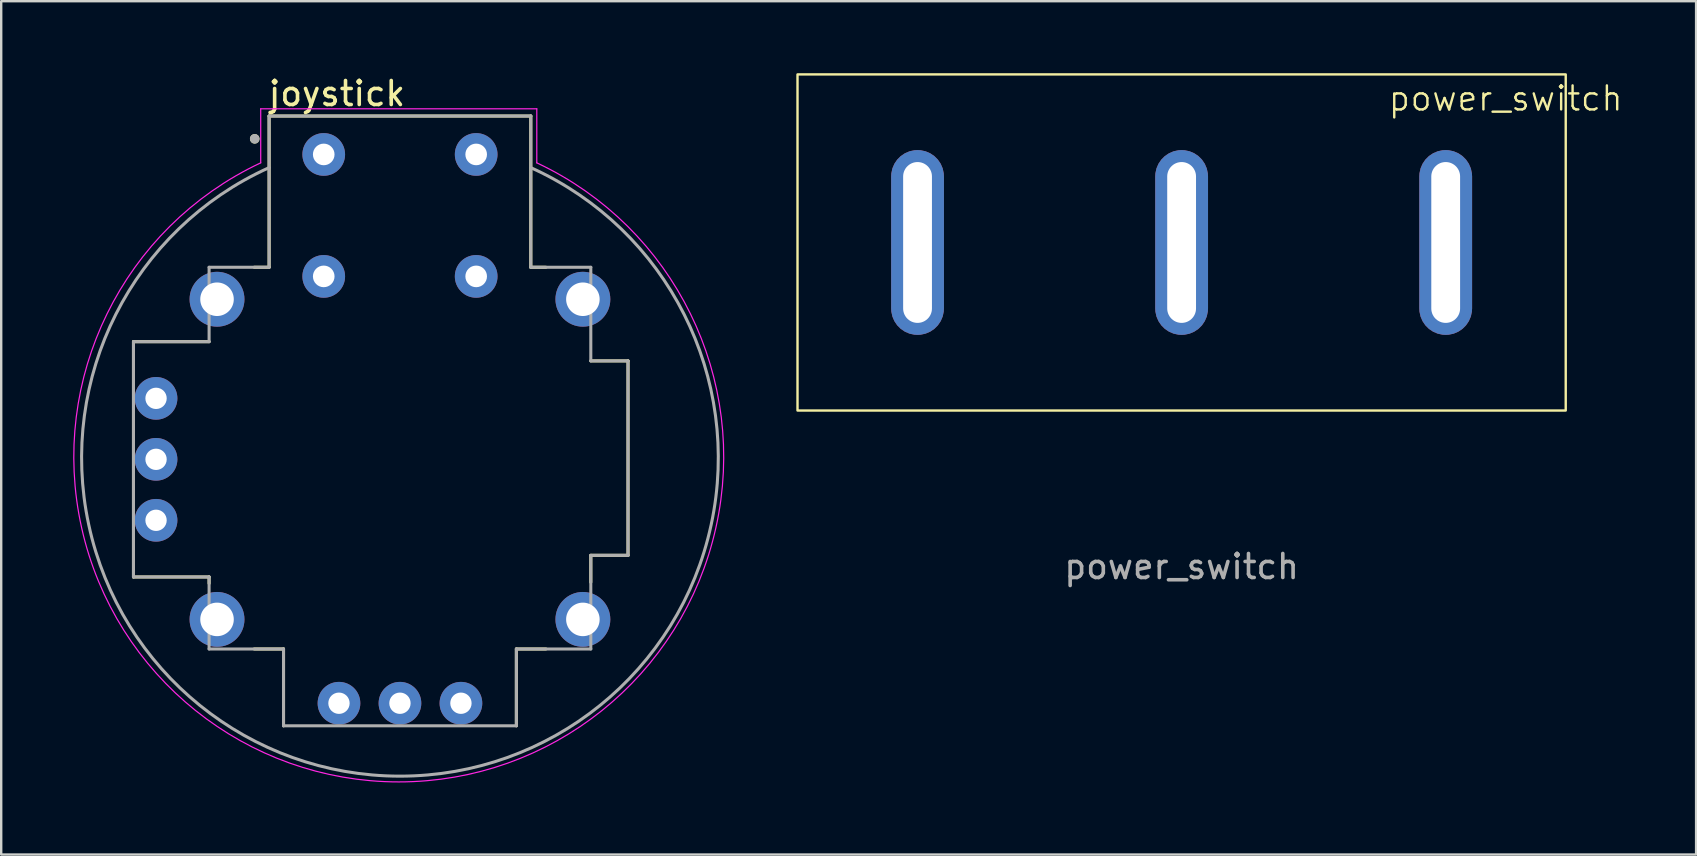
<source format=kicad_pcb>
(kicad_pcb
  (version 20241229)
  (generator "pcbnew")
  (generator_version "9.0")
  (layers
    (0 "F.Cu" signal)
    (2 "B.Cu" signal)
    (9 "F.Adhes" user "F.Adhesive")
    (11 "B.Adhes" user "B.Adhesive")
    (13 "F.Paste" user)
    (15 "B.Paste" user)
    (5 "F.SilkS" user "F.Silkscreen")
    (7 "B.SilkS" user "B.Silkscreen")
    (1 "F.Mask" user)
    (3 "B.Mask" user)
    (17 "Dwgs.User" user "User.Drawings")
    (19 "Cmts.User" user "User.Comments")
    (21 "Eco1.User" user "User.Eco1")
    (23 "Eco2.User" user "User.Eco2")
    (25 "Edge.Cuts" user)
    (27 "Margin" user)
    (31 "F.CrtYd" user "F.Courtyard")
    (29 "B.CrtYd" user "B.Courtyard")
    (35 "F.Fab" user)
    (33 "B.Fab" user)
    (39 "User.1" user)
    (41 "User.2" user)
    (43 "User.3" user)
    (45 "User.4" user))
  (footprint "power_switch"
    (layer "F.Cu")
    (at 46.17 7.05)
    (property "Reference" "power_switch" (at 13.5 -6 0) (unlocked yes) (layer "F.SilkS") (effects (font (size 1 1) (thickness 0.1))))
    (attr smd)
    (fp_rect (start -16 -7) (end 16 7) (stroke (width 0.1) (type default)) (fill no) (layer "F.SilkS"))
    (fp_text user "${REFERENCE}" (at 0 13.5 0) (unlocked yes) (layer "F.Fab") (effects (font (size 1 1) (thickness 0.15))))
    (pad "1" thru_hole roundrect (at 11 0) (size 2.2 7.7) (drill oval 1.2 6.7) (layers "*.Cu" "*.Mask") (roundrect_rratio 0.5))
    (pad "2" thru_hole roundrect (at 0 0) (size 2.2 7.7) (drill oval 1.2 6.7) (layers "*.Cu" "*.Mask") (roundrect_rratio 0.5))
    (pad "3" thru_hole roundrect (at -11 0) (size 2.2 7.7) (drill oval 1.2 6.7) (layers "*.Cu" "*.Mask") (roundrect_rratio 0.5)))
  (footprint "joystick"
    (layer "F.Cu")
    (at 13.61 16.083)
    (property "Reference" "joystick" (at -2.625 -15.235 0) (layer "F.SilkS") (effects (font (size 1 1) (thickness 0.15))))
    (attr through_hole)
    (fp_line (start -11.1 -4.9) (end -7.95 -4.9) (stroke (width 0.127) (type solid)) (layer "F.SilkS"))
    (fp_line (start -11.1 4.9) (end -11.1 -4.9) (stroke (width 0.127) (type solid)) (layer "F.SilkS"))
    (fp_line (start -7.95 4.9) (end -11.1 4.9) (stroke (width 0.127) (type solid)) (layer "F.SilkS"))
    (fp_line (start -7.95 5.17) (end -7.95 4.9) (stroke (width 0.127) (type solid)) (layer "F.SilkS"))
    (fp_line (start -6.07 -8) (end -5.45 -8) (stroke (width 0.127) (type solid)) (layer "F.SilkS"))
    (fp_line (start -5.45 -14.3) (end 5.45 -14.3) (stroke (width 0.127) (type solid)) (layer "F.SilkS"))
    (fp_line (start -5.45 -8) (end -5.45 -14.3) (stroke (width 0.127) (type solid)) (layer "F.SilkS"))
    (fp_line (start -4.85 7.9) (end -6.07 7.9) (stroke (width 0.127) (type solid)) (layer "F.SilkS"))
    (fp_line (start -4.85 11.1) (end -4.85 7.9) (stroke (width 0.127) (type solid)) (layer "F.SilkS"))
    (fp_line (start 4.85 7.9) (end 4.85 11.1) (stroke (width 0.127) (type solid)) (layer "F.SilkS"))
    (fp_line (start 5.45 -14.3) (end 5.45 -8) (stroke (width 0.127) (type solid)) (layer "F.SilkS"))
    (fp_line (start 5.45 -8) (end 6.08 -8) (stroke (width 0.127) (type solid)) (layer "F.SilkS"))
    (fp_line (start 6.08 7.9) (end 4.85 7.9) (stroke (width 0.127) (type solid)) (layer "F.SilkS"))
    (fp_line (start 7.95 -4.1) (end 9.5 -4.1) (stroke (width 0.127) (type solid)) (layer "F.SilkS"))
    (fp_line (start 7.95 4) (end 7.95 5.12) (stroke (width 0.127) (type solid)) (layer "F.SilkS"))
    (fp_line (start 9.5 -4.1) (end 9.5 4) (stroke (width 0.127) (type solid)) (layer "F.SilkS"))
    (fp_line (start 9.5 4) (end 7.95 4) (stroke (width 0.127) (type solid)) (layer "F.SilkS"))
    (fp_circle (center -6.05 -13.35) (end -5.95 -13.35) (stroke (width 0.2) (type solid)) (fill no) (layer "F.SilkS"))
    (fp_line (start -5.8 -14.6) (end 5.7 -14.6) (stroke (width 0.05) (type solid)) (layer "F.CrtYd"))
    (fp_line (start -5.8 -12.35) (end -5.8 -14.6) (stroke (width 0.05) (type solid)) (layer "F.CrtYd"))
    (fp_line (start 5.7 -14.6) (end 5.7 -12.35) (stroke (width 0.05) (type solid)) (layer "F.CrtYd"))
    (fp_arc (start 5.7 -12.35) (mid -0.05 13.437438) (end -5.8 -12.35) (stroke (width 0.05) (type solid)) (layer "F.CrtYd"))
    (fp_line (start -11.1 -4.9) (end -11.1 4.9) (stroke (width 0.127) (type solid)) (layer "F.Fab"))
    (fp_line (start -7.95 -4.9) (end -11.1 -4.9) (stroke (width 0.127) (type solid)) (layer "F.Fab"))
    (fp_line (start -7.95 -4.9) (end -7.95 -8) (stroke (width 0.127) (type solid)) (layer "F.Fab"))
    (fp_line (start -7.95 4.9) (end -11.1 4.9) (stroke (width 0.127) (type solid)) (layer "F.Fab"))
    (fp_line (start -7.95 4.9) (end -7.95 7.9) (stroke (width 0.127) (type solid)) (layer "F.Fab"))
    (fp_line (start -5.45 -14.3) (end -5.45 -8) (stroke (width 0.127) (type solid)) (layer "F.Fab"))
    (fp_line (start -5.45 -8) (end -7.95 -8) (stroke (width 0.127) (type solid)) (layer "F.Fab"))
    (fp_line (start -4.85 7.9) (end -7.95 7.9) (stroke (width 0.127) (type solid)) (layer "F.Fab"))
    (fp_line (start -4.85 11.1) (end -4.85 7.9) (stroke (width 0.127) (type solid)) (layer "F.Fab"))
    (fp_line (start 4.85 7.9) (end 7.95 7.9) (stroke (width 0.127) (type solid)) (layer "F.Fab"))
    (fp_line (start 4.85 11.1) (end -4.85 11.1) (stroke (width 0.127) (type solid)) (layer "F.Fab"))
    (fp_line (start 4.85 11.1) (end 4.85 7.9) (stroke (width 0.127) (type solid)) (layer "F.Fab"))
    (fp_line (start 5.45 -14.3) (end -5.45 -14.3) (stroke (width 0.127) (type solid)) (layer "F.Fab"))
    (fp_line (start 5.45 -14.3) (end 5.45 -8) (stroke (width 0.127) (type solid)) (layer "F.Fab"))
    (fp_line (start 7.95 -8) (end 5.45 -8) (stroke (width 0.127) (type solid)) (layer "F.Fab"))
    (fp_line (start 7.95 -4.1) (end 7.95 -8) (stroke (width 0.127) (type solid)) (layer "F.Fab"))
    (fp_line (start 7.95 -4.1) (end 9.5 -4.1) (stroke (width 0.127) (type solid)) (layer "F.Fab"))
    (fp_line (start 7.95 4) (end 7.95 7.9) (stroke (width 0.127) (type solid)) (layer "F.Fab"))
    (fp_line (start 7.95 4) (end 9.5 4) (stroke (width 0.127) (type solid)) (layer "F.Fab"))
    (fp_line (start 9.5 -4.1) (end 9.5 4) (stroke (width 0.127) (type solid)) (layer "F.Fab"))
    (fp_arc (start 5.45 -12.15) (mid 0 13.197504) (end -5.45 -12.15) (stroke (width 0.127) (type solid)) (layer "F.Fab"))
    (fp_circle (center -6.05 -13.35) (end -5.95 -13.35) (stroke (width 0.2) (type solid)) (fill no) (layer "F.Fab"))
    (pad "B1A" thru_hole circle (at -3.175 -12.7) (size 1.778 1.778) (drill 0.9) (layers "*.Cu" "*.Mask"))
    (pad "B1B" thru_hole circle (at 3.175 -12.7) (size 1.778 1.778) (drill 0.9) (layers "*.Cu" "*.Mask"))
    (pad "B2A" thru_hole circle (at -3.175 -7.62) (size 1.778 1.778) (drill 0.9) (layers "*.Cu" "*.Mask"))
    (pad "B2B" thru_hole circle (at 3.175 -7.62) (size 1.778 1.778) (drill 0.9) (layers "*.Cu" "*.Mask"))
    (pad "H1" thru_hole circle (at -2.54 10.16) (size 1.778 1.778) (drill 0.889) (layers "*.Cu" "*.Mask"))
    (pad "H2" thru_hole circle (at 0 10.16) (size 1.778 1.778) (drill 0.889) (layers "*.Cu" "*.Mask"))
    (pad "H3" thru_hole circle (at 2.54 10.16) (size 1.778 1.778) (drill 0.889) (layers "*.Cu" "*.Mask"))
    (pad "S1" thru_hole circle (at -7.62 -6.668) (size 2.286 2.286) (drill 1.397) (layers "*.Cu" "*.Mask"))
    (pad "S2" thru_hole circle (at -7.62 6.668) (size 2.286 2.286) (drill 1.397) (layers "*.Cu" "*.Mask"))
    (pad "S3" thru_hole circle (at 7.62 6.668) (size 2.286 2.286) (drill 1.397) (layers "*.Cu" "*.Mask"))
    (pad "S4" thru_hole circle (at 7.62 -6.668) (size 2.286 2.286) (drill 1.397) (layers "*.Cu" "*.Mask"))
    (pad "V1" thru_hole circle (at -10.16 -2.54) (size 1.778 1.778) (drill 0.889) (layers "*.Cu" "*.Mask"))
    (pad "V2" thru_hole circle (at -10.16 0) (size 1.778 1.778) (drill 0.889) (layers "*.Cu" "*.Mask"))
    (pad "V3" thru_hole circle (at -10.16 2.54) (size 1.778 1.778) (drill 0.889) (layers "*.Cu" "*.Mask")))
  (gr_rect
    (start -3 -3)
    (end 67.601 32.546)
    (stroke (width 0.1) (type default))
    (fill no)
    (layer "Edge.Cuts")))
</source>
